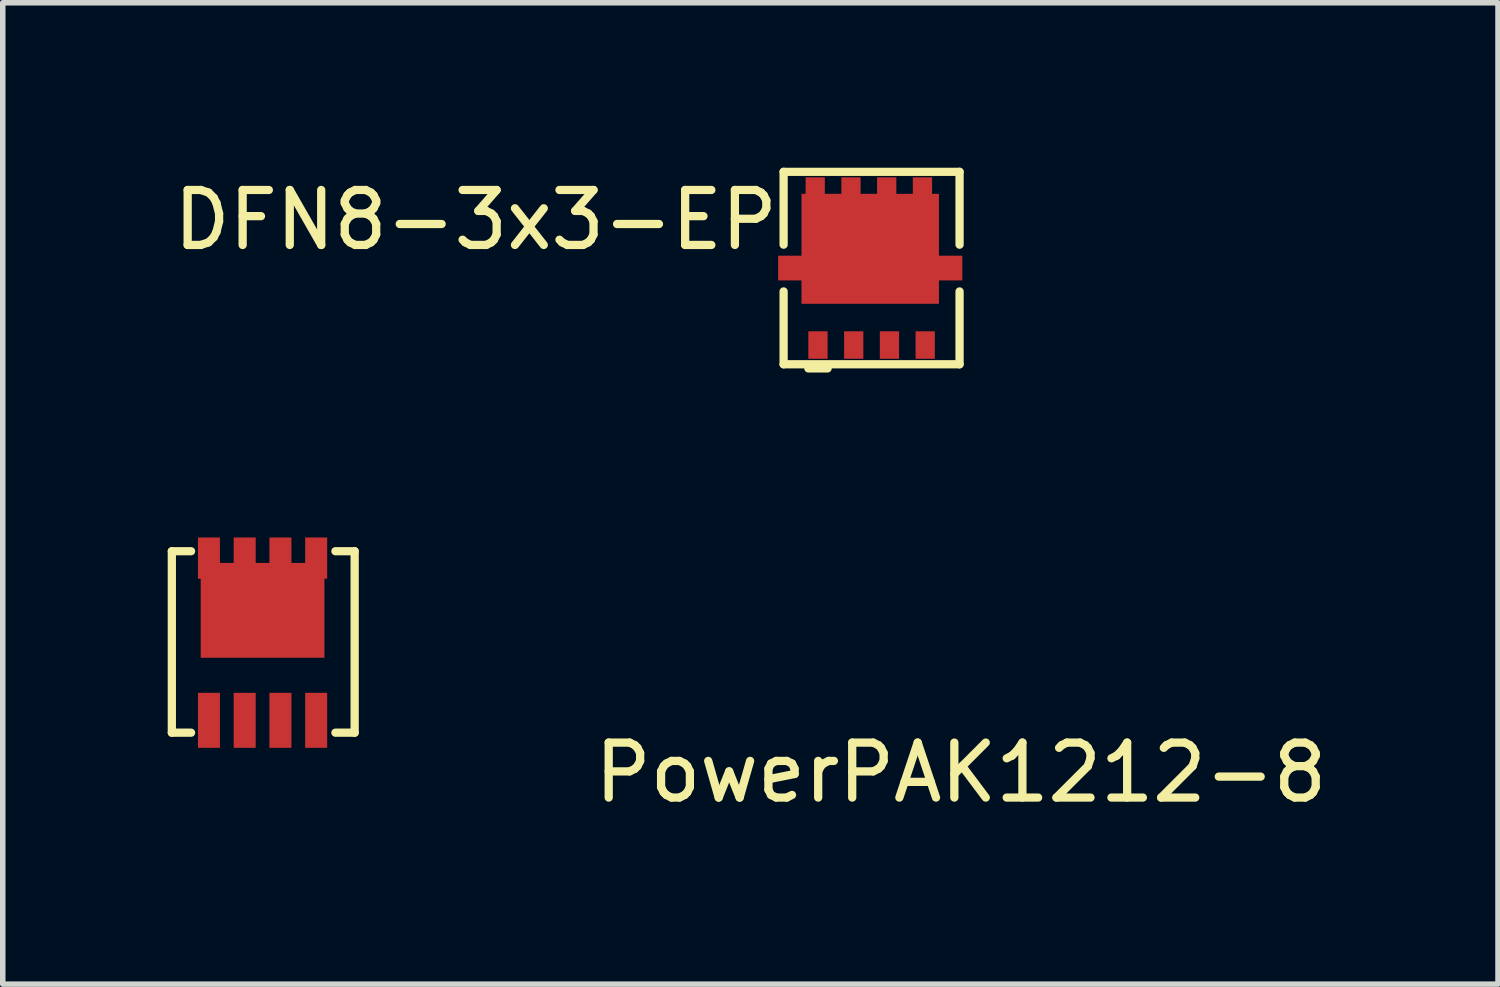
<source format=kicad_pcb>
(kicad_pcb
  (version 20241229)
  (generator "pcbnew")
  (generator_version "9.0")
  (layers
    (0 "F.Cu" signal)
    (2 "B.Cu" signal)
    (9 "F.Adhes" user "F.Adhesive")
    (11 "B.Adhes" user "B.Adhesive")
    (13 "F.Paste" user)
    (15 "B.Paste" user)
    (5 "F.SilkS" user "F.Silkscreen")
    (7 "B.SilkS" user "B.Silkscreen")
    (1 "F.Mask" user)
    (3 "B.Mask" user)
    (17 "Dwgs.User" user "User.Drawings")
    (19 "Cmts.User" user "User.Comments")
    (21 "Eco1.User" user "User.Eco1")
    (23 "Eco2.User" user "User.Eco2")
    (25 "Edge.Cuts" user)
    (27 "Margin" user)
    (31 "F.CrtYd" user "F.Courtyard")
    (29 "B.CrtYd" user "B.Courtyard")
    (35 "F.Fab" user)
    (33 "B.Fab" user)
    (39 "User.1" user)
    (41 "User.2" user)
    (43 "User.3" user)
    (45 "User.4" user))
  (footprint "DFN8-3x3-EP"
    (layer "F.Cu")
    (at 12.801 1.85)
    (property "Reference" "DFN8-3x3-EP" (at -7.2 -0.9 0) (layer "F.SilkS") (effects (font (size 1 1) (thickness 0.15))))
    (attr through_hole)
    (fp_line (start -1.6 -1.775) (end 1.6 -1.775) (stroke (width 0.15) (type solid)) (layer "F.SilkS"))
    (fp_line (start -1.6 -0.45) (end -1.6 -1.775) (stroke (width 0.15) (type solid)) (layer "F.SilkS"))
    (fp_line (start -1.6 1.725) (end -1.6 0.4) (stroke (width 0.15) (type solid)) (layer "F.SilkS"))
    (fp_line (start -1.6 1.725) (end 1.6 1.725) (stroke (width 0.15) (type solid)) (layer "F.SilkS"))
    (fp_line (start -1.15 1.8) (end -0.8 1.8) (stroke (width 0.15) (type solid)) (layer "F.SilkS"))
    (fp_line (start 1.6 -0.45) (end 1.6 -1.775) (stroke (width 0.15) (type solid)) (layer "F.SilkS"))
    (fp_line (start 1.6 1.725) (end 1.6 0.4) (stroke (width 0.15) (type solid)) (layer "F.SilkS"))
    (pad "1" smd rect (at -0.975 1.375) (size 0.35 0.5) (layers "F.Cu" "F.Mask" "F.Paste"))
    (pad "2" smd rect (at -0.325 1.375) (size 0.35 0.5) (layers "F.Cu" "F.Mask" "F.Paste"))
    (pad "3" smd rect (at 0.325 1.375) (size 0.35 0.5) (layers "F.Cu" "F.Mask" "F.Paste"))
    (pad "4" smd rect (at 0.975 1.375) (size 0.35 0.5) (layers "F.Cu" "F.Mask" "F.Paste"))
    (pad "5" smd rect (at 0.925 -1.425) (size 0.35 0.5) (layers "F.Cu" "F.Mask" "F.Paste"))
    (pad "6" smd rect (at 0.275 -1.425) (size 0.35 0.5) (layers "F.Cu" "F.Mask" "F.Paste"))
    (pad "7" smd rect (at -0.375 -1.425) (size 0.35 0.5) (layers "F.Cu" "F.Mask" "F.Paste"))
    (pad "8" smd rect (at -1.475 -0.025) (size 0.45 0.45) (layers "F.Cu" "F.Mask" "F.Paste"))
    (pad "8" smd rect (at -1.025 -1.425) (size 0.35 0.5) (layers "F.Cu" "F.Mask" "F.Paste"))
    (pad "8" smd rect (at -0.025 -0.375) (size 2.5 2) (layers "F.Cu" "F.Mask" "F.Paste"))
    (pad "8" smd rect (at 1.425 -0.025) (size 0.45 0.45) (layers "F.Cu" "F.Mask" "F.Paste")))
  (footprint "PowerPAK1212-8"
    (layer "F.Cu")
    (at 1.725 8.6)
    (property "Reference" "PowerPAK1212-8" (at 12.7 2.4 0) (layer "F.SilkS") (effects (font (size 1 1) (thickness 0.15))))
    (attr smd)
    (fp_line (start -1.65 -1.625) (end -1.65 1.675) (stroke (width 0.15) (type solid)) (layer "F.SilkS"))
    (fp_line (start -1.3 -1.625) (end -1.65 -1.625) (stroke (width 0.15) (type solid)) (layer "F.SilkS"))
    (fp_line (start -1.3 1.675) (end -1.65 1.675) (stroke (width 0.15) (type solid)) (layer "F.SilkS"))
    (fp_line (start 1.675 -1.625) (end 1.325 -1.625) (stroke (width 0.15) (type solid)) (layer "F.SilkS"))
    (fp_line (start 1.675 1.675) (end 1.325 1.675) (stroke (width 0.15) (type solid)) (layer "F.SilkS"))
    (fp_line (start 1.675 1.675) (end 1.675 -1.625) (stroke (width 0.15) (type solid)) (layer "F.SilkS"))
    (pad "1" smd rect (at -0.975 1.45) (size 0.4 1) (layers "F.Cu" "F.Mask" "F.Paste"))
    (pad "2" smd rect (at -0.325 1.45) (size 0.4 1) (layers "F.Cu" "F.Mask" "F.Paste"))
    (pad "3" smd rect (at 0.325 1.45) (size 0.4 1) (layers "F.Cu" "F.Mask" "F.Paste"))
    (pad "4" smd rect (at 0.975 1.45) (size 0.4 1) (layers "F.Cu" "F.Mask" "F.Paste"))
    (pad "5" smd rect (at 0.975 -1.5) (size 0.4 0.75) (layers "F.Cu" "F.Mask" "F.Paste"))
    (pad "6" smd rect (at 0.325 -1.5) (size 0.4 0.75) (layers "F.Cu" "F.Mask" "F.Paste"))
    (pad "7" smd rect (at -0.325 -1.5) (size 0.4 0.75) (layers "F.Cu" "F.Mask" "F.Paste"))
    (pad "8" smd rect (at -0.975 -1.5) (size 0.4 0.75) (layers "F.Cu" "F.Mask" "F.Paste"))
    (pad "8" smd rect (at 0 -0.55) (size 2.25 1.725) (layers "F.Cu" "F.Mask" "F.Paste")))
  (gr_rect
    (start -3 -3)
    (end 24.193 14.848)
    (stroke (width 0.1) (type default))
    (fill no)
    (layer "Edge.Cuts")))
</source>
